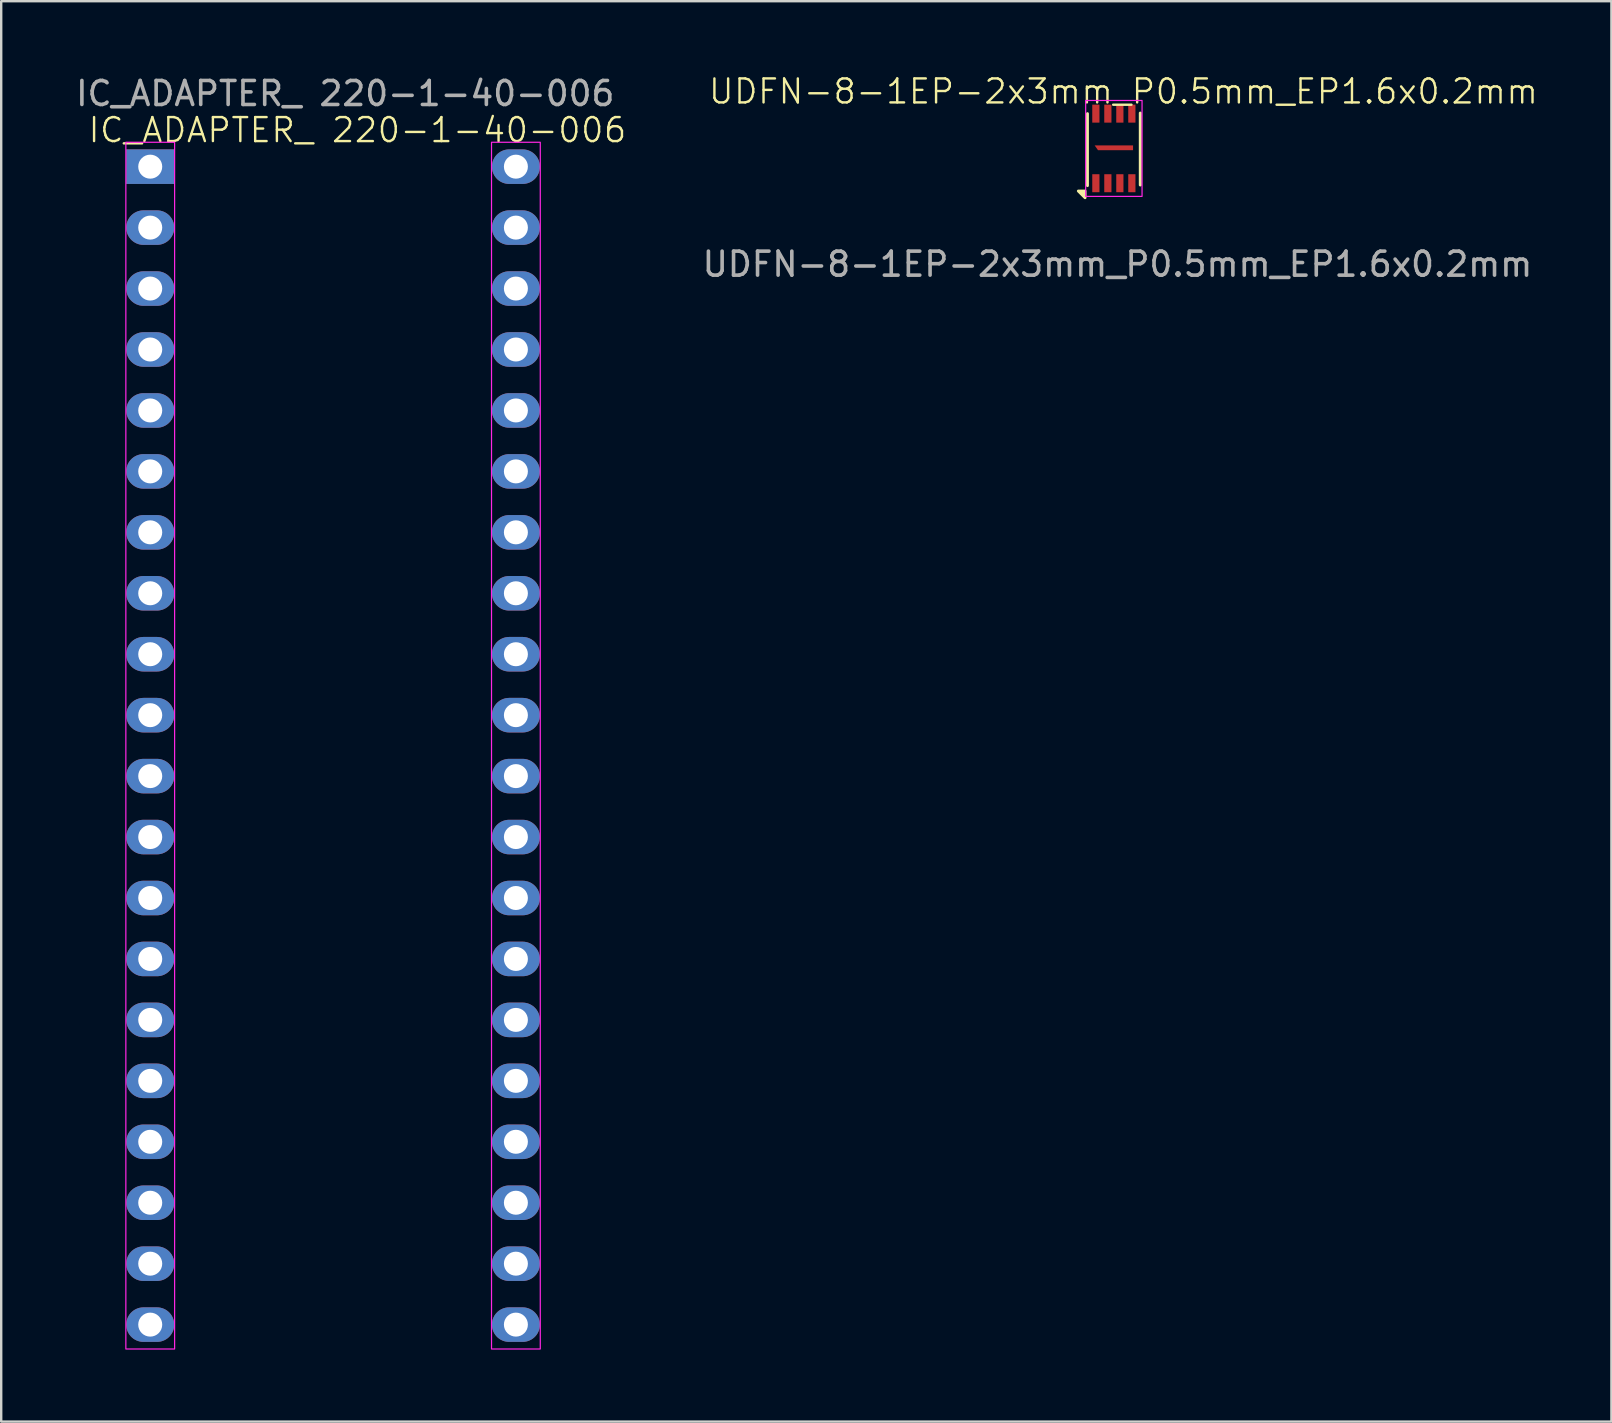
<source format=kicad_pcb>
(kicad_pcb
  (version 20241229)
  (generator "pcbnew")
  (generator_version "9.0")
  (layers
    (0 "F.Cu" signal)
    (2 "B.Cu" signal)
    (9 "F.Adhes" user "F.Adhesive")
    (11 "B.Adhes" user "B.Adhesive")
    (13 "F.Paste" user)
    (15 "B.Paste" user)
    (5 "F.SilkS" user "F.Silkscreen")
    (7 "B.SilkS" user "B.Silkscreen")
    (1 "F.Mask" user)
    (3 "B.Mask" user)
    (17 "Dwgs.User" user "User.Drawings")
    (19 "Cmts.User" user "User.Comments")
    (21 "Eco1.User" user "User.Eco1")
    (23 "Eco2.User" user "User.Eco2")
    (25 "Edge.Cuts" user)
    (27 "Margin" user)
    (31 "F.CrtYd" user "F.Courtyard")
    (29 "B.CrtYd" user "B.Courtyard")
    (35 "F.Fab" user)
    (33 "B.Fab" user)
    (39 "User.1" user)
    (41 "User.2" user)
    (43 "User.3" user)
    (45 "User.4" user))
  (footprint "UDFN-8-1EP-2x3mm_P0.5mm_EP1.6x0.2mm"
    (layer "F.Cu")
    (at 43.372 3.111)
    (property "Reference" "UDFN-8-1EP-2x3mm_P0.5mm_EP1.6x0.2mm" (at 0.4 -2.35 0) (unlocked yes) (layer "F.SilkS") (effects (font (size 1 1) (thickness 0.1))))
    (attr smd)
    (fp_line (start -1.1 1.575) (end -1.1 -1.425) (stroke (width 0.12) (type solid)) (layer "F.SilkS"))
    (fp_line (start 1.1 1.55) (end 1.1 -1.45) (stroke (width 0.12) (type solid)) (layer "F.SilkS"))
    (fp_poly (pts (xy -1.2 1.8) (xy -1.2 2.08) (xy -1.48 1.8) (xy -1.2 1.8)) (stroke (width 0.12) (type solid)) (fill yes) (layer "F.SilkS"))
    (fp_rect (start -1.175 -1.975) (end 1.175 2.025) (stroke (width 0.05) (type default)) (fill no) (layer "F.CrtYd"))
    (fp_text user "${REFERENCE}" (at 0.15 4.85 0) (unlocked yes) (layer "F.Fab") (effects (font (size 1 1) (thickness 0.15))))
    (pad "" smd custom (at 0.075 0) (size 1.45 0.2) (layers "F.Cu" "F.Mask" "F.Paste") (options (anchor rect)) (primitives (gr_poly (pts (xy 0.725 -0.1) (xy 0.725 0.1) (xy -0.735 0.1) (xy -0.875 -0.1)) (width 0) (fill yes))))
    (pad "1" smd rect (at -0.75 1.475 90) (size 0.75 0.3) (layers "F.Cu" "F.Mask" "F.Paste"))
    (pad "2" smd rect (at -0.25 1.475 90) (size 0.75 0.3) (layers "F.Cu" "F.Mask" "F.Paste"))
    (pad "3" smd rect (at 0.25 1.475 90) (size 0.75 0.3) (layers "F.Cu" "F.Mask" "F.Paste"))
    (pad "4" smd rect (at 0.75 1.475 90) (size 0.75 0.3) (layers "F.Cu" "F.Mask" "F.Paste"))
    (pad "5" smd rect (at 0.75 -1.425 90) (size 0.75 0.3) (layers "F.Cu" "F.Mask" "F.Paste"))
    (pad "6" smd rect (at 0.25 -1.425 90) (size 0.75 0.3) (layers "F.Cu" "F.Mask" "F.Paste"))
    (pad "7" smd rect (at -0.25 -1.425 90) (size 0.75 0.3) (layers "F.Cu" "F.Mask" "F.Paste"))
    (pad "8" smd rect (at -0.75 -1.425 90) (size 0.75 0.3) (layers "F.Cu" "F.Mask" "F.Paste")))
  (footprint "IC_ADAPTER_ 220-1-40-006"
    (layer "F.Cu")
    (at 3.211 3.896)
    (property "Reference" "IC_ADAPTER_ 220-1-40-006" (at 8.636 -1.524 0) (unlocked yes) (layer "F.SilkS") (effects (font (size 1 1) (thickness 0.1))))
    (attr through_hole)
    (fp_rect (start -1.016 -1.016) (end 1.016 49.276) (stroke (width 0.05) (type default)) (fill no) (layer "F.CrtYd"))
    (fp_rect (start 14.224 -1.016) (end 16.256 49.276) (stroke (width 0.05) (type default)) (fill no) (layer "F.CrtYd"))
    (fp_text user "${REFERENCE}" (at 8.128 -3.048 180) (layer "F.Fab") (effects (font (size 1 1) (thickness 0.15))))
    (pad "1" thru_hole rect (at 0 0) (size 2 1.44) (drill 1) (layers "*.Cu" "*.Mask"))
    (pad "2" thru_hole oval (at 0 2.54) (size 2 1.44) (drill 1) (layers "*.Cu" "*.Mask"))
    (pad "3" thru_hole oval (at 0 5.08) (size 2 1.44) (drill 1) (layers "*.Cu" "*.Mask"))
    (pad "4" thru_hole oval (at 0 7.62) (size 2 1.44) (drill 1) (layers "*.Cu" "*.Mask"))
    (pad "5" thru_hole oval (at 0 10.16) (size 2 1.44) (drill 1) (layers "*.Cu" "*.Mask"))
    (pad "6" thru_hole oval (at 0 12.7) (size 2 1.44) (drill 1) (layers "*.Cu" "*.Mask"))
    (pad "7" thru_hole oval (at 0 15.24) (size 2 1.44) (drill 1) (layers "*.Cu" "*.Mask"))
    (pad "8" thru_hole oval (at 0 17.78) (size 2 1.44) (drill 1) (layers "*.Cu" "*.Mask"))
    (pad "9" thru_hole oval (at 0 20.32) (size 2 1.44) (drill 1) (layers "*.Cu" "*.Mask"))
    (pad "10" thru_hole oval (at 0 22.86) (size 2 1.44) (drill 1) (layers "*.Cu" "*.Mask"))
    (pad "11" thru_hole oval (at 0 25.4) (size 2 1.44) (drill 1) (layers "*.Cu" "*.Mask"))
    (pad "12" thru_hole oval (at 0 27.94) (size 2 1.44) (drill 1) (layers "*.Cu" "*.Mask"))
    (pad "13" thru_hole oval (at 0 30.48) (size 2 1.44) (drill 1) (layers "*.Cu" "*.Mask"))
    (pad "14" thru_hole oval (at 0 33.02) (size 2 1.44) (drill 1) (layers "*.Cu" "*.Mask"))
    (pad "15" thru_hole oval (at 0 35.56) (size 2 1.44) (drill 1) (layers "*.Cu" "*.Mask"))
    (pad "16" thru_hole oval (at 0 38.1) (size 2 1.44) (drill 1) (layers "*.Cu" "*.Mask"))
    (pad "17" thru_hole oval (at 0 40.64) (size 2 1.44) (drill 1) (layers "*.Cu" "*.Mask"))
    (pad "18" thru_hole oval (at 0 43.18) (size 2 1.44) (drill 1) (layers "*.Cu" "*.Mask"))
    (pad "19" thru_hole oval (at 0 45.72) (size 2 1.44) (drill 1) (layers "*.Cu" "*.Mask"))
    (pad "20" thru_hole oval (at 0 48.26) (size 2 1.44) (drill 1) (layers "*.Cu" "*.Mask"))
    (pad "21" thru_hole oval (at 15.24 48.26) (size 2 1.44) (drill 1) (layers "*.Cu" "*.Mask"))
    (pad "22" thru_hole oval (at 15.24 45.72) (size 2 1.44) (drill 1) (layers "*.Cu" "*.Mask"))
    (pad "23" thru_hole oval (at 15.24 43.18) (size 2 1.44) (drill 1) (layers "*.Cu" "*.Mask"))
    (pad "24" thru_hole oval (at 15.24 40.64) (size 2 1.44) (drill 1) (layers "*.Cu" "*.Mask"))
    (pad "25" thru_hole oval (at 15.24 38.1) (size 2 1.44) (drill 1) (layers "*.Cu" "*.Mask"))
    (pad "26" thru_hole oval (at 15.24 35.56) (size 2 1.44) (drill 1) (layers "*.Cu" "*.Mask"))
    (pad "27" thru_hole oval (at 15.24 33.02) (size 2 1.44) (drill 1) (layers "*.Cu" "*.Mask"))
    (pad "28" thru_hole oval (at 15.24 30.48) (size 2 1.44) (drill 1) (layers "*.Cu" "*.Mask"))
    (pad "29" thru_hole oval (at 15.24 27.94) (size 2 1.44) (drill 1) (layers "*.Cu" "*.Mask"))
    (pad "30" thru_hole oval (at 15.24 25.4) (size 2 1.44) (drill 1) (layers "*.Cu" "*.Mask"))
    (pad "31" thru_hole oval (at 15.24 22.86) (size 2 1.44) (drill 1) (layers "*.Cu" "*.Mask"))
    (pad "32" thru_hole oval (at 15.24 20.32) (size 2 1.44) (drill 1) (layers "*.Cu" "*.Mask"))
    (pad "33" thru_hole oval (at 15.24 17.78) (size 2 1.44) (drill 1) (layers "*.Cu" "*.Mask"))
    (pad "34" thru_hole oval (at 15.24 15.24) (size 2 1.44) (drill 1) (layers "*.Cu" "*.Mask"))
    (pad "35" thru_hole oval (at 15.24 12.7) (size 2 1.44) (drill 1) (layers "*.Cu" "*.Mask"))
    (pad "36" thru_hole oval (at 15.24 10.16) (size 2 1.44) (drill 1) (layers "*.Cu" "*.Mask"))
    (pad "37" thru_hole oval (at 15.24 7.62) (size 2 1.44) (drill 1) (layers "*.Cu" "*.Mask"))
    (pad "38" thru_hole oval (at 15.24 5.08) (size 2 1.44) (drill 1) (layers "*.Cu" "*.Mask"))
    (pad "39" thru_hole oval (at 15.24 2.54) (size 2 1.44) (drill 1) (layers "*.Cu" "*.Mask"))
    (pad "40" thru_hole oval (at 15.24 0) (size 2 1.44) (drill 1) (layers "*.Cu" "*.Mask")))
  (gr_rect
    (start -3 -3)
    (end 64.108 56.197)
    (stroke (width 0.1) (type default))
    (fill no)
    (layer "Edge.Cuts")))
</source>
